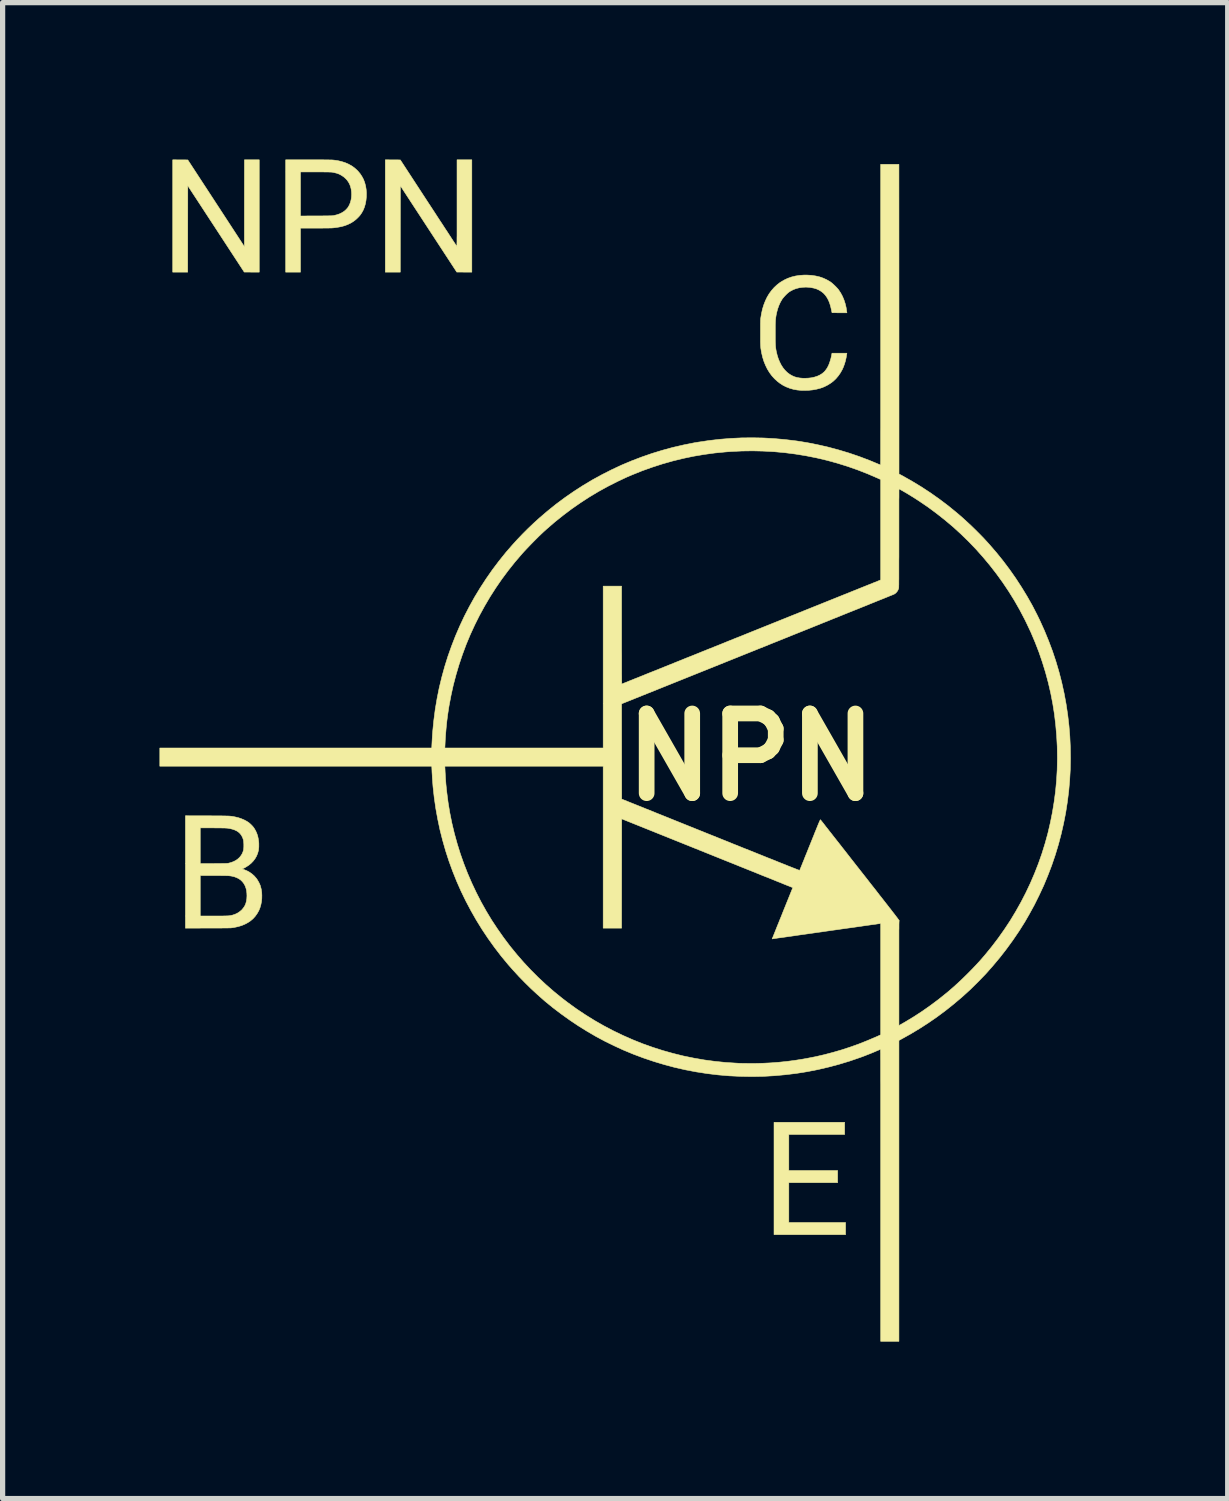
<source format=kicad_pcb>
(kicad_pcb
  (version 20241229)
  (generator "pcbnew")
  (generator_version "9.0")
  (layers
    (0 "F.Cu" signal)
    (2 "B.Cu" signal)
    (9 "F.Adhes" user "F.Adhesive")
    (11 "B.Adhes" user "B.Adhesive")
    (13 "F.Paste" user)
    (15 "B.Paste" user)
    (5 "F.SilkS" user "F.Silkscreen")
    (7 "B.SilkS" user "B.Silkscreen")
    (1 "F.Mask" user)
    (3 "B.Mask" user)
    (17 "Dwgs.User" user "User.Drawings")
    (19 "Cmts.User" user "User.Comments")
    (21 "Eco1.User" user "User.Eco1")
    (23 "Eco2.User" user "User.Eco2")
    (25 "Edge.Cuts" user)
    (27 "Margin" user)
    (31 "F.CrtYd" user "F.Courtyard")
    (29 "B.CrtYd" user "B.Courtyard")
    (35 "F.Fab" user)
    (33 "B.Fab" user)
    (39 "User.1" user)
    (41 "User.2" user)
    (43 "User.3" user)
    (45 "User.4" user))
  (footprint "NPN"
    (layer "F.Cu")
    (at 11.308 11.424)
    (property "Reference" "NPN" (at 0 0 0) (layer "F.SilkS") (effects (font (size 1.524 1.524) (thickness 0.3))))
    (attr through_hole)
    (fp_poly (pts (xy 1.789 7.214) (xy 0.722 7.214) (xy 0.722 7.903) (xy 1.655 7.903) (xy 1.655 8.135) (xy 0.722 8.135) (xy 0.722 8.897) (xy 1.807 8.897) (xy 1.807 9.129) (xy 0.439 9.129) (xy 0.439 6.981) (xy 1.789 6.981) (xy 1.789 7.214)) (stroke (width 0.01) (type solid)) (fill yes) (layer "F.SilkS"))
    (fp_poly (pts (xy -10.768 -11.417) (xy -9.686 -9.759) (xy -9.686 -10.589) (xy -9.685 -11.419) (xy -9.402 -11.419) (xy -9.402 -9.271) (xy -9.689 -9.273) (xy -10.228 -10.098) (xy -10.768 -10.924) (xy -10.769 -10.097) (xy -10.77 -9.271) (xy -11.056 -9.271) (xy -11.056 -11.419) (xy -10.768 -11.417)) (stroke (width 0.01) (type solid)) (fill yes) (layer "F.SilkS"))
    (fp_poly (pts (xy -6.849 -11.418) (xy -6.705 -11.417) (xy -6.167 -10.592) (xy -6.121 -10.522) (xy -6.076 -10.453) (xy -6.032 -10.386) (xy -5.99 -10.321) (xy -5.949 -10.258) (xy -5.909 -10.198) (xy -5.872 -10.141) (xy -5.837 -10.087) (xy -5.803 -10.036) (xy -5.772 -9.988) (xy -5.744 -9.945) (xy -5.718 -9.905) (xy -5.695 -9.87) (xy -5.675 -9.84) (xy -5.658 -9.814) (xy -5.644 -9.793) (xy -5.634 -9.777) (xy -5.627 -9.768) (xy -5.625 -9.763) (xy -5.625 -9.763) (xy -5.624 -9.765) (xy -5.624 -9.772) (xy -5.623 -9.784) (xy -5.623 -9.802) (xy -5.623 -9.824) (xy -5.622 -9.853) (xy -5.622 -9.886) (xy -5.622 -9.926) (xy -5.621 -9.972) (xy -5.621 -10.024) (xy -5.621 -10.082) (xy -5.621 -10.146) (xy -5.621 -10.217) (xy -5.621 -10.295) (xy -5.621 -10.379) (xy -5.621 -10.471) (xy -5.621 -10.569) (xy -5.621 -11.419) (xy -5.338 -11.419) (xy -5.338 -9.271) (xy -5.626 -9.273) (xy -6.165 -10.098) (xy -6.704 -10.923) (xy -6.705 -10.097) (xy -6.706 -9.271) (xy -6.992 -9.271) (xy -6.992 -11.419) (xy -6.849 -11.418)) (stroke (width 0.01) (type solid)) (fill yes) (layer "F.SilkS"))
    (fp_poly (pts (xy -8.463 -11.419) (xy -8.395 -11.419) (xy -8.333 -11.419) (xy -8.278 -11.419) (xy -8.229 -11.419) (xy -8.186 -11.419) (xy -8.148 -11.418) (xy -8.115 -11.418) (xy -8.086 -11.418) (xy -8.062 -11.417) (xy -8.041 -11.417) (xy -8.023 -11.416) (xy -8.008 -11.416) (xy -7.996 -11.415) (xy -7.986 -11.414) (xy -7.979 -11.414) (xy -7.901 -11.403) (xy -7.829 -11.386) (xy -7.762 -11.365) (xy -7.699 -11.338) (xy -7.64 -11.306) (xy -7.586 -11.268) (xy -7.536 -11.224) (xy -7.515 -11.203) (xy -7.474 -11.154) (xy -7.439 -11.101) (xy -7.409 -11.045) (xy -7.386 -10.984) (xy -7.369 -10.921) (xy -7.358 -10.854) (xy -7.353 -10.785) (xy -7.354 -10.713) (xy -7.361 -10.643) (xy -7.373 -10.577) (xy -7.391 -10.515) (xy -7.414 -10.458) (xy -7.443 -10.405) (xy -7.478 -10.355) (xy -7.511 -10.319) (xy -7.555 -10.277) (xy -7.602 -10.241) (xy -7.654 -10.209) (xy -7.71 -10.182) (xy -7.771 -10.159) (xy -7.837 -10.141) (xy -7.909 -10.128) (xy -7.986 -10.118) (xy -7.999 -10.117) (xy -8.011 -10.116) (xy -8.029 -10.115) (xy -8.053 -10.115) (xy -8.082 -10.114) (xy -8.117 -10.114) (xy -8.156 -10.114) (xy -8.199 -10.113) (xy -8.245 -10.113) (xy -8.293 -10.113) (xy -8.328 -10.113) (xy -8.614 -10.113) (xy -8.614 -9.271) (xy -8.897 -9.271) (xy -8.897 -10.345) (xy -8.614 -10.345) (xy -8.314 -10.346) (xy -8.259 -10.346) (xy -8.211 -10.346) (xy -8.169 -10.347) (xy -8.133 -10.347) (xy -8.102 -10.347) (xy -8.076 -10.348) (xy -8.054 -10.348) (xy -8.036 -10.349) (xy -8.021 -10.349) (xy -8.009 -10.35) (xy -7.999 -10.351) (xy -7.991 -10.352) (xy -7.984 -10.353) (xy -7.981 -10.353) (xy -7.922 -10.367) (xy -7.868 -10.385) (xy -7.821 -10.408) (xy -7.778 -10.435) (xy -7.742 -10.467) (xy -7.71 -10.503) (xy -7.7 -10.518) (xy -7.678 -10.558) (xy -7.66 -10.603) (xy -7.647 -10.652) (xy -7.639 -10.703) (xy -7.636 -10.756) (xy -7.638 -10.805) (xy -7.645 -10.859) (xy -7.657 -10.908) (xy -7.674 -10.952) (xy -7.696 -10.993) (xy -7.723 -11.031) (xy -7.749 -11.059) (xy -7.786 -11.092) (xy -7.827 -11.12) (xy -7.871 -11.144) (xy -7.919 -11.162) (xy -7.973 -11.175) (xy -8.007 -11.182) (xy -8.015 -11.183) (xy -8.025 -11.183) (xy -8.037 -11.184) (xy -8.052 -11.185) (xy -8.07 -11.185) (xy -8.092 -11.186) (xy -8.119 -11.186) (xy -8.15 -11.186) (xy -8.186 -11.187) (xy -8.228 -11.187) (xy -8.277 -11.187) (xy -8.328 -11.187) (xy -8.614 -11.187) (xy -8.614 -10.345) (xy -8.897 -10.345) (xy -8.897 -11.419) (xy -8.463 -11.419)) (stroke (width 0.01) (type solid)) (fill yes) (layer "F.SilkS"))
    (fp_poly (pts (xy 1.078 -9.215) (xy 1.159 -9.21) (xy 1.237 -9.198) (xy 1.31 -9.181) (xy 1.379 -9.157) (xy 1.443 -9.128) (xy 1.504 -9.093) (xy 1.524 -9.08) (xy 1.544 -9.064) (xy 1.566 -9.045) (xy 1.591 -9.022) (xy 1.615 -8.999) (xy 1.638 -8.975) (xy 1.659 -8.952) (xy 1.675 -8.932) (xy 1.676 -8.93) (xy 1.714 -8.872) (xy 1.748 -8.809) (xy 1.776 -8.742) (xy 1.799 -8.672) (xy 1.817 -8.598) (xy 1.825 -8.547) (xy 1.827 -8.532) (xy 1.829 -8.517) (xy 1.831 -8.507) (xy 1.831 -8.506) (xy 1.833 -8.494) (xy 1.548 -8.495) (xy 1.536 -8.553) (xy 1.52 -8.621) (xy 1.501 -8.683) (xy 1.478 -8.738) (xy 1.451 -8.787) (xy 1.42 -8.831) (xy 1.385 -8.869) (xy 1.345 -8.901) (xy 1.301 -8.928) (xy 1.253 -8.95) (xy 1.2 -8.966) (xy 1.142 -8.977) (xy 1.117 -8.981) (xy 1.05 -8.985) (xy 0.985 -8.982) (xy 0.923 -8.973) (xy 0.863 -8.958) (xy 0.807 -8.937) (xy 0.754 -8.909) (xy 0.733 -8.896) (xy 0.714 -8.882) (xy 0.692 -8.863) (xy 0.668 -8.84) (xy 0.645 -8.816) (xy 0.624 -8.792) (xy 0.605 -8.769) (xy 0.594 -8.754) (xy 0.561 -8.698) (xy 0.533 -8.636) (xy 0.509 -8.57) (xy 0.49 -8.499) (xy 0.479 -8.445) (xy 0.476 -8.425) (xy 0.473 -8.406) (xy 0.471 -8.388) (xy 0.469 -8.37) (xy 0.467 -8.351) (xy 0.466 -8.33) (xy 0.465 -8.308) (xy 0.464 -8.282) (xy 0.463 -8.253) (xy 0.463 -8.219) (xy 0.463 -8.18) (xy 0.463 -8.135) (xy 0.463 -8.108) (xy 0.463 -8.058) (xy 0.463 -8.014) (xy 0.463 -7.976) (xy 0.464 -7.942) (xy 0.465 -7.913) (xy 0.466 -7.888) (xy 0.467 -7.865) (xy 0.469 -7.844) (xy 0.471 -7.824) (xy 0.474 -7.805) (xy 0.477 -7.785) (xy 0.481 -7.764) (xy 0.484 -7.749) (xy 0.501 -7.679) (xy 0.522 -7.613) (xy 0.548 -7.552) (xy 0.577 -7.495) (xy 0.61 -7.444) (xy 0.647 -7.398) (xy 0.687 -7.358) (xy 0.7 -7.347) (xy 0.742 -7.316) (xy 0.786 -7.291) (xy 0.831 -7.271) (xy 0.88 -7.257) (xy 0.932 -7.248) (xy 0.988 -7.243) (xy 1.023 -7.242) (xy 1.092 -7.245) (xy 1.155 -7.252) (xy 1.213 -7.265) (xy 1.266 -7.282) (xy 1.314 -7.304) (xy 1.358 -7.331) (xy 1.395 -7.362) (xy 1.407 -7.374) (xy 1.421 -7.391) (xy 1.436 -7.411) (xy 1.45 -7.431) (xy 1.462 -7.45) (xy 1.464 -7.455) (xy 1.482 -7.49) (xy 1.498 -7.531) (xy 1.513 -7.576) (xy 1.527 -7.624) (xy 1.538 -7.673) (xy 1.539 -7.677) (xy 1.547 -7.722) (xy 1.832 -7.722) (xy 1.83 -7.708) (xy 1.818 -7.636) (xy 1.803 -7.57) (xy 1.784 -7.508) (xy 1.762 -7.45) (xy 1.742 -7.406) (xy 1.706 -7.343) (xy 1.666 -7.286) (xy 1.621 -7.233) (xy 1.571 -7.186) (xy 1.516 -7.145) (xy 1.457 -7.109) (xy 1.394 -7.078) (xy 1.326 -7.053) (xy 1.253 -7.034) (xy 1.177 -7.02) (xy 1.096 -7.012) (xy 1.012 -7.01) (xy 0.96 -7.011) (xy 0.885 -7.018) (xy 0.812 -7.031) (xy 0.741 -7.051) (xy 0.674 -7.077) (xy 0.61 -7.109) (xy 0.55 -7.148) (xy 0.506 -7.182) (xy 0.45 -7.233) (xy 0.399 -7.289) (xy 0.353 -7.351) (xy 0.312 -7.418) (xy 0.277 -7.489) (xy 0.246 -7.565) (xy 0.221 -7.645) (xy 0.203 -7.722) (xy 0.199 -7.744) (xy 0.195 -7.765) (xy 0.192 -7.784) (xy 0.189 -7.802) (xy 0.186 -7.821) (xy 0.185 -7.84) (xy 0.183 -7.861) (xy 0.182 -7.884) (xy 0.181 -7.91) (xy 0.18 -7.939) (xy 0.18 -7.973) (xy 0.18 -8.011) (xy 0.18 -8.056) (xy 0.18 -8.107) (xy 0.18 -8.112) (xy 0.18 -8.165) (xy 0.18 -8.211) (xy 0.18 -8.251) (xy 0.18 -8.285) (xy 0.181 -8.314) (xy 0.181 -8.338) (xy 0.182 -8.357) (xy 0.183 -8.372) (xy 0.184 -8.384) (xy 0.184 -8.386) (xy 0.199 -8.477) (xy 0.218 -8.564) (xy 0.243 -8.645) (xy 0.273 -8.722) (xy 0.307 -8.793) (xy 0.347 -8.86) (xy 0.392 -8.921) (xy 0.441 -8.977) (xy 0.496 -9.028) (xy 0.555 -9.074) (xy 0.57 -9.083) (xy 0.634 -9.121) (xy 0.701 -9.153) (xy 0.772 -9.178) (xy 0.847 -9.197) (xy 0.924 -9.209) (xy 1.005 -9.215) (xy 1.078 -9.215)) (stroke (width 0.01) (type solid)) (fill yes) (layer "F.SilkS"))
    (fp_poly (pts (xy -10.399 1.122) (xy -10.333 1.122) (xy -10.275 1.123) (xy -10.222 1.123) (xy -10.176 1.123) (xy -10.135 1.123) (xy -10.099 1.124) (xy -10.067 1.124) (xy -10.04 1.125) (xy -10.015 1.125) (xy -9.994 1.126) (xy -9.976 1.127) (xy -9.959 1.128) (xy -9.945 1.13) (xy -9.931 1.131) (xy -9.919 1.133) (xy -9.906 1.135) (xy -9.893 1.137) (xy -9.88 1.14) (xy -9.865 1.143) (xy -9.855 1.145) (xy -9.798 1.159) (xy -9.743 1.178) (xy -9.691 1.2) (xy -9.644 1.225) (xy -9.617 1.242) (xy -9.596 1.257) (xy -9.573 1.277) (xy -9.55 1.299) (xy -9.529 1.321) (xy -9.511 1.343) (xy -9.501 1.357) (xy -9.473 1.404) (xy -9.45 1.454) (xy -9.432 1.506) (xy -9.42 1.563) (xy -9.412 1.62) (xy -9.41 1.651) (xy -9.41 1.684) (xy -9.41 1.718) (xy -9.413 1.749) (xy -9.416 1.777) (xy -9.418 1.787) (xy -9.433 1.841) (xy -9.454 1.892) (xy -9.482 1.941) (xy -9.516 1.986) (xy -9.556 2.028) (xy -9.602 2.066) (xy -9.653 2.099) (xy -9.682 2.116) (xy -9.726 2.138) (xy -9.696 2.149) (xy -9.641 2.171) (xy -9.589 2.199) (xy -9.541 2.233) (xy -9.497 2.272) (xy -9.459 2.316) (xy -9.454 2.322) (xy -9.439 2.344) (xy -9.423 2.371) (xy -9.407 2.4) (xy -9.393 2.429) (xy -9.382 2.456) (xy -9.379 2.468) (xy -9.364 2.523) (xy -9.355 2.581) (xy -9.352 2.641) (xy -9.353 2.702) (xy -9.359 2.763) (xy -9.371 2.822) (xy -9.387 2.878) (xy -9.408 2.93) (xy -9.413 2.94) (xy -9.444 2.994) (xy -9.48 3.044) (xy -9.521 3.089) (xy -9.568 3.129) (xy -9.62 3.164) (xy -9.677 3.194) (xy -9.739 3.22) (xy -9.807 3.24) (xy -9.88 3.256) (xy -9.898 3.259) (xy -9.906 3.26) (xy -9.913 3.261) (xy -9.92 3.262) (xy -9.928 3.263) (xy -9.937 3.264) (xy -9.947 3.265) (xy -9.96 3.265) (xy -9.974 3.266) (xy -9.991 3.266) (xy -10.011 3.267) (xy -10.035 3.267) (xy -10.063 3.267) (xy -10.095 3.267) (xy -10.132 3.268) (xy -10.174 3.268) (xy -10.222 3.268) (xy -10.276 3.268) (xy -10.337 3.268) (xy -10.38 3.268) (xy -10.813 3.27) (xy -10.813 2.264) (xy -10.53 2.264) (xy -10.53 3.037) (xy -10.268 3.037) (xy -10.216 3.037) (xy -10.17 3.037) (xy -10.131 3.037) (xy -10.097 3.037) (xy -10.068 3.036) (xy -10.044 3.036) (xy -10.024 3.035) (xy -10.008 3.035) (xy -9.994 3.034) (xy -9.983 3.033) (xy -9.974 3.032) (xy -9.97 3.032) (xy -9.915 3.021) (xy -9.866 3.005) (xy -9.821 2.984) (xy -9.781 2.958) (xy -9.743 2.927) (xy -9.731 2.915) (xy -9.702 2.879) (xy -9.678 2.842) (xy -9.66 2.801) (xy -9.648 2.757) (xy -9.64 2.708) (xy -9.637 2.654) (xy -9.637 2.652) (xy -9.639 2.601) (xy -9.644 2.556) (xy -9.653 2.515) (xy -9.666 2.477) (xy -9.674 2.457) (xy -9.697 2.416) (xy -9.724 2.381) (xy -9.756 2.35) (xy -9.793 2.324) (xy -9.835 2.303) (xy -9.882 2.286) (xy -9.935 2.274) (xy -9.963 2.27) (xy -9.973 2.269) (xy -9.984 2.268) (xy -9.998 2.267) (xy -10.014 2.266) (xy -10.033 2.266) (xy -10.057 2.265) (xy -10.085 2.265) (xy -10.118 2.265) (xy -10.156 2.264) (xy -10.2 2.264) (xy -10.251 2.264) (xy -10.267 2.264) (xy -10.53 2.264) (xy -10.813 2.264) (xy -10.813 1.353) (xy -10.53 1.353) (xy -10.53 2.036) (xy -10.272 2.035) (xy -10.221 2.034) (xy -10.178 2.034) (xy -10.14 2.034) (xy -10.108 2.033) (xy -10.082 2.033) (xy -10.059 2.033) (xy -10.041 2.032) (xy -10.026 2.032) (xy -10.014 2.031) (xy -10.005 2.03) (xy -9.997 2.029) (xy -9.991 2.028) (xy -9.986 2.027) (xy -9.936 2.013) (xy -9.893 1.997) (xy -9.854 1.977) (xy -9.819 1.954) (xy -9.787 1.925) (xy -9.775 1.913) (xy -9.751 1.883) (xy -9.731 1.851) (xy -9.715 1.815) (xy -9.704 1.781) (xy -9.701 1.765) (xy -9.699 1.744) (xy -9.697 1.718) (xy -9.697 1.69) (xy -9.697 1.662) (xy -9.699 1.635) (xy -9.701 1.61) (xy -9.704 1.589) (xy -9.706 1.58) (xy -9.72 1.538) (xy -9.74 1.5) (xy -9.764 1.466) (xy -9.794 1.437) (xy -9.829 1.413) (xy -9.87 1.393) (xy -9.917 1.377) (xy -9.969 1.365) (xy -10.019 1.357) (xy -10.03 1.357) (xy -10.048 1.356) (xy -10.072 1.355) (xy -10.102 1.355) (xy -10.137 1.354) (xy -10.177 1.354) (xy -10.22 1.354) (xy -10.268 1.353) (xy -10.292 1.353) (xy -10.53 1.353) (xy -10.813 1.353) (xy -10.813 1.121) (xy -10.399 1.122)) (stroke (width 0.01) (type solid)) (fill yes) (layer "F.SilkS"))
    (fp_poly (pts (xy 2.828 -8.373) (xy 2.828 -5.413) (xy 2.896 -5.377) (xy 3.078 -5.274) (xy 3.256 -5.166) (xy 3.43 -5.052) (xy 3.6 -4.932) (xy 3.767 -4.806) (xy 3.93 -4.673) (xy 3.968 -4.641) (xy 4.046 -4.573) (xy 4.126 -4.5) (xy 4.208 -4.424) (xy 4.289 -4.345) (xy 4.368 -4.266) (xy 4.445 -4.187) (xy 4.517 -4.109) (xy 4.559 -4.062) (xy 4.693 -3.907) (xy 4.821 -3.748) (xy 4.944 -3.584) (xy 5.062 -3.416) (xy 5.173 -3.245) (xy 5.279 -3.071) (xy 5.379 -2.894) (xy 5.471 -2.715) (xy 5.522 -2.61) (xy 5.609 -2.417) (xy 5.689 -2.222) (xy 5.763 -2.025) (xy 5.829 -1.826) (xy 5.888 -1.626) (xy 5.94 -1.423) (xy 5.985 -1.219) (xy 6.023 -1.013) (xy 6.054 -0.806) (xy 6.078 -0.597) (xy 6.094 -0.399) (xy 6.104 -0.188) (xy 6.107 0.023) (xy 6.103 0.233) (xy 6.091 0.442) (xy 6.073 0.65) (xy 6.047 0.857) (xy 6.015 1.062) (xy 5.975 1.267) (xy 5.929 1.469) (xy 5.876 1.67) (xy 5.816 1.869) (xy 5.749 2.066) (xy 5.675 2.26) (xy 5.595 2.453) (xy 5.507 2.642) (xy 5.414 2.829) (xy 5.313 3.013) (xy 5.234 3.15) (xy 5.124 3.325) (xy 5.007 3.497) (xy 4.885 3.665) (xy 4.757 3.83) (xy 4.623 3.99) (xy 4.485 4.146) (xy 4.34 4.296) (xy 4.192 4.442) (xy 4.038 4.582) (xy 4.022 4.596) (xy 3.869 4.725) (xy 3.712 4.85) (xy 3.55 4.97) (xy 3.385 5.084) (xy 3.217 5.192) (xy 3.047 5.294) (xy 2.884 5.385) (xy 2.827 5.416) (xy 2.827 11.169) (xy 2.478 11.169) (xy 2.478 8.376) (xy 2.478 8.2) (xy 2.478 8.03) (xy 2.478 7.868) (xy 2.478 7.712) (xy 2.478 7.564) (xy 2.478 7.422) (xy 2.478 7.286) (xy 2.478 7.157) (xy 2.478 7.034) (xy 2.478 6.917) (xy 2.478 6.805) (xy 2.478 6.7) (xy 2.478 6.601) (xy 2.478 6.507) (xy 2.478 6.418) (xy 2.478 6.335) (xy 2.478 6.257) (xy 2.477 6.184) (xy 2.477 6.116) (xy 2.477 6.053) (xy 2.477 5.994) (xy 2.477 5.94) (xy 2.477 5.891) (xy 2.477 5.845) (xy 2.477 5.804) (xy 2.476 5.767) (xy 2.476 5.734) (xy 2.476 5.704) (xy 2.476 5.678) (xy 2.476 5.656) (xy 2.475 5.637) (xy 2.475 5.621) (xy 2.475 5.608) (xy 2.475 5.598) (xy 2.474 5.591) (xy 2.474 5.587) (xy 2.474 5.586) (xy 2.474 5.586) (xy 2.469 5.588) (xy 2.459 5.592) (xy 2.444 5.598) (xy 2.427 5.606) (xy 2.409 5.613) (xy 2.37 5.63) (xy 2.325 5.649) (xy 2.276 5.669) (xy 2.226 5.688) (xy 2.177 5.708) (xy 2.129 5.726) (xy 2.085 5.742) (xy 2.085 5.742) (xy 1.884 5.811) (xy 1.683 5.872) (xy 1.48 5.926) (xy 1.275 5.974) (xy 1.069 6.014) (xy 0.862 6.047) (xy 0.654 6.072) (xy 0.445 6.091) (xy 0.234 6.103) (xy 0.023 6.107) (xy 0.004 6.107) (xy -0.208 6.103) (xy -0.419 6.093) (xy -0.629 6.075) (xy -0.838 6.05) (xy -1.044 6.018) (xy -1.25 5.979) (xy -1.454 5.933) (xy -1.656 5.879) (xy -1.856 5.819) (xy -2.055 5.752) (xy -2.252 5.678) (xy -2.447 5.597) (xy -2.61 5.522) (xy -2.786 5.436) (xy -2.96 5.343) (xy -3.132 5.243) (xy -3.301 5.138) (xy -3.468 5.026) (xy -3.63 4.91) (xy -3.788 4.79) (xy -3.941 4.665) (xy -3.965 4.644) (xy -4.086 4.537) (xy -4.207 4.425) (xy -4.325 4.309) (xy -4.44 4.191) (xy -4.55 4.071) (xy -4.641 3.968) (xy -4.776 3.805) (xy -4.904 3.638) (xy -5.026 3.468) (xy -5.142 3.294) (xy -5.252 3.116) (xy -5.355 2.935) (xy -5.452 2.752) (xy -5.543 2.565) (xy -5.627 2.375) (xy -5.704 2.183) (xy -5.775 1.988) (xy -5.839 1.791) (xy -5.896 1.591) (xy -5.947 1.39) (xy -5.99 1.186) (xy -6.027 0.981) (xy -6.057 0.773) (xy -6.08 0.565) (xy -6.09 0.432) (xy -6.092 0.408) (xy -6.094 0.38) (xy -6.095 0.351) (xy -6.097 0.321) (xy -6.099 0.291) (xy -6.1 0.262) (xy -6.101 0.237) (xy -6.102 0.214) (xy -6.103 0.197) (xy -6.103 0.186) (xy -6.103 0.186) (xy -6.103 0.174) (xy -5.854 0.174) (xy -5.851 0.222) (xy -5.848 0.29) (xy -5.844 0.352) (xy -5.841 0.409) (xy -5.837 0.463) (xy -5.833 0.515) (xy -5.828 0.565) (xy -5.823 0.616) (xy -5.818 0.66) (xy -5.792 0.863) (xy -5.759 1.064) (xy -5.719 1.263) (xy -5.672 1.459) (xy -5.618 1.654) (xy -5.558 1.847) (xy -5.491 2.037) (xy -5.418 2.224) (xy -5.338 2.409) (xy -5.252 2.591) (xy -5.16 2.77) (xy -5.062 2.945) (xy -4.958 3.117) (xy -4.847 3.285) (xy -4.731 3.45) (xy -4.61 3.611) (xy -4.482 3.768) (xy -4.35 3.92) (xy -4.211 4.069) (xy -4.068 4.212) (xy -3.919 4.351) (xy -3.764 4.486) (xy -3.605 4.615) (xy -3.5 4.695) (xy -3.333 4.816) (xy -3.163 4.929) (xy -2.989 5.037) (xy -2.812 5.138) (xy -2.631 5.233) (xy -2.448 5.321) (xy -2.262 5.403) (xy -2.073 5.479) (xy -1.882 5.547) (xy -1.688 5.609) (xy -1.492 5.664) (xy -1.295 5.713) (xy -1.095 5.754) (xy -0.894 5.789) (xy -0.691 5.816) (xy -0.487 5.837) (xy -0.282 5.85) (xy -0.229 5.853) (xy -0.194 5.854) (xy -0.153 5.855) (xy -0.109 5.855) (xy -0.061 5.856) (xy -0.013 5.856) (xy 0.036 5.856) (xy 0.083 5.856) (xy 0.128 5.855) (xy 0.168 5.854) (xy 0.203 5.853) (xy 0.214 5.853) (xy 0.376 5.845) (xy 0.534 5.833) (xy 0.688 5.817) (xy 0.84 5.797) (xy 0.991 5.773) (xy 1.054 5.762) (xy 1.228 5.728) (xy 1.398 5.689) (xy 1.565 5.645) (xy 1.731 5.597) (xy 1.896 5.543) (xy 2.061 5.484) (xy 2.227 5.418) (xy 2.394 5.347) (xy 2.454 5.32) (xy 2.478 5.309) (xy 2.478 3.18) (xy 2.47 3.181) (xy 2.466 3.182) (xy 2.455 3.183) (xy 2.437 3.186) (xy 2.413 3.189) (xy 2.383 3.194) (xy 2.347 3.199) (xy 2.306 3.204) (xy 2.259 3.211) (xy 2.208 3.218) (xy 2.152 3.226) (xy 2.092 3.235) (xy 2.028 3.244) (xy 1.96 3.254) (xy 1.888 3.264) (xy 1.814 3.274) (xy 1.736 3.285) (xy 1.656 3.297) (xy 1.574 3.308) (xy 1.49 3.32) (xy 1.441 3.327) (xy 1.355 3.34) (xy 1.272 3.351) (xy 1.19 3.363) (xy 1.112 3.374) (xy 1.035 3.385) (xy 0.962 3.395) (xy 0.892 3.405) (xy 0.826 3.415) (xy 0.763 3.424) (xy 0.705 3.432) (xy 0.651 3.44) (xy 0.602 3.447) (xy 0.557 3.453) (xy 0.518 3.458) (xy 0.485 3.463) (xy 0.457 3.467) (xy 0.436 3.47) (xy 0.421 3.472) (xy 0.413 3.474) (xy 0.411 3.474) (xy 0.403 3.475) (xy 0.41 3.458) (xy 0.412 3.453) (xy 0.417 3.441) (xy 0.424 3.424) (xy 0.433 3.401) (xy 0.445 3.372) (xy 0.458 3.339) (xy 0.473 3.302) (xy 0.489 3.261) (xy 0.507 3.216) (xy 0.527 3.168) (xy 0.547 3.117) (xy 0.569 3.064) (xy 0.591 3.009) (xy 0.607 2.968) (xy 0.798 2.495) (xy 0.784 2.489) (xy 0.78 2.488) (xy 0.769 2.483) (xy 0.752 2.477) (xy 0.729 2.467) (xy 0.7 2.456) (xy 0.665 2.442) (xy 0.625 2.426) (xy 0.58 2.407) (xy 0.529 2.387) (xy 0.474 2.365) (xy 0.414 2.34) (xy 0.349 2.314) (xy 0.28 2.287) (xy 0.207 2.258) (xy 0.131 2.227) (xy 0.05 2.194) (xy -0.033 2.161) (xy -0.12 2.126) (xy -0.21 2.09) (xy -0.303 2.052) (xy -0.398 2.014) (xy -0.496 1.975) (xy -0.595 1.935) (xy -0.697 1.894) (xy -0.801 1.852) (xy -0.851 1.832) (xy -2.473 1.18) (xy -2.474 2.225) (xy -2.475 3.269) (xy -2.827 3.269) (xy -2.827 0.174) (xy -5.854 0.174) (xy -6.103 0.174) (xy -11.303 0.174) (xy -11.303 -0.174) (xy -6.104 -0.174) (xy -5.854 -0.174) (xy -2.827 -0.174) (xy -2.827 -1.019) (xy -2.475 -1.019) (xy -2.474 -0.108) (xy -2.473 0.802) (xy -0.773 1.486) (xy -0.66 1.531) (xy -0.549 1.576) (xy -0.441 1.619) (xy -0.336 1.662) (xy -0.233 1.703) (xy -0.134 1.743) (xy -0.038 1.781) (xy 0.055 1.818) (xy 0.144 1.854) (xy 0.229 1.888) (xy 0.31 1.921) (xy 0.387 1.951) (xy 0.46 1.98) (xy 0.528 2.008) (xy 0.591 2.033) (xy 0.65 2.056) (xy 0.703 2.078) (xy 0.752 2.097) (xy 0.794 2.114) (xy 0.832 2.128) (xy 0.863 2.141) (xy 0.889 2.151) (xy 0.908 2.158) (xy 0.921 2.163) (xy 0.928 2.166) (xy 0.929 2.166) (xy 0.931 2.162) (xy 0.935 2.152) (xy 0.941 2.136) (xy 0.95 2.115) (xy 0.961 2.088) (xy 0.974 2.056) (xy 0.988 2.02) (xy 1.005 1.98) (xy 1.022 1.936) (xy 1.041 1.888) (xy 1.062 1.838) (xy 1.083 1.785) (xy 1.105 1.73) (xy 1.127 1.676) (xy 1.154 1.609) (xy 1.178 1.549) (xy 1.2 1.495) (xy 1.219 1.446) (xy 1.237 1.403) (xy 1.252 1.365) (xy 1.266 1.332) (xy 1.277 1.304) (xy 1.287 1.279) (xy 1.296 1.259) (xy 1.303 1.242) (xy 1.309 1.228) (xy 1.314 1.218) (xy 1.318 1.21) (xy 1.321 1.204) (xy 1.323 1.2) (xy 1.325 1.198) (xy 1.326 1.197) (xy 1.327 1.197) (xy 1.328 1.198) (xy 1.329 1.198) (xy 1.331 1.202) (xy 1.338 1.211) (xy 1.349 1.225) (xy 1.365 1.244) (xy 1.384 1.268) (xy 1.406 1.297) (xy 1.432 1.331) (xy 1.462 1.368) (xy 1.494 1.41) (xy 1.53 1.455) (xy 1.568 1.504) (xy 1.609 1.556) (xy 1.653 1.612) (xy 1.699 1.67) (xy 1.747 1.732) (xy 1.797 1.795) (xy 1.849 1.862) (xy 1.902 1.93) (xy 1.957 2) (xy 2.013 2.072) (xy 2.071 2.145) (xy 2.087 2.166) (xy 2.158 2.256) (xy 2.224 2.34) (xy 2.285 2.419) (xy 2.343 2.492) (xy 2.397 2.561) (xy 2.446 2.625) (xy 2.493 2.684) (xy 2.535 2.738) (xy 2.574 2.788) (xy 2.61 2.834) (xy 2.642 2.876) (xy 2.672 2.913) (xy 2.698 2.948) (xy 2.722 2.978) (xy 2.743 3.005) (xy 2.761 3.029) (xy 2.777 3.05) (xy 2.791 3.068) (xy 2.803 3.084) (xy 2.812 3.097) (xy 2.82 3.107) (xy 2.825 3.115) (xy 2.83 3.121) (xy 2.832 3.125) (xy 2.833 3.128) (xy 2.833 3.129) (xy 2.833 3.129) (xy 2.832 3.13) (xy 2.831 3.132) (xy 2.831 3.135) (xy 2.83 3.139) (xy 2.83 3.144) (xy 2.829 3.152) (xy 2.829 3.161) (xy 2.829 3.173) (xy 2.828 3.188) (xy 2.828 3.205) (xy 2.828 3.225) (xy 2.828 3.248) (xy 2.828 3.276) (xy 2.827 3.306) (xy 2.827 3.341) (xy 2.827 3.381) (xy 2.827 3.425) (xy 2.827 3.473) (xy 2.827 3.527) (xy 2.827 3.586) (xy 2.827 3.651) (xy 2.827 3.721) (xy 2.827 3.798) (xy 2.827 3.881) (xy 2.827 3.97) (xy 2.827 4.067) (xy 2.827 5.131) (xy 2.851 5.118) (xy 2.861 5.112) (xy 2.877 5.103) (xy 2.896 5.092) (xy 2.917 5.08) (xy 2.94 5.067) (xy 2.95 5.061) (xy 3.112 4.963) (xy 3.273 4.858) (xy 3.431 4.747) (xy 3.586 4.631) (xy 3.738 4.509) (xy 3.786 4.469) (xy 3.87 4.396) (xy 3.956 4.318) (xy 4.043 4.236) (xy 4.13 4.151) (xy 4.216 4.064) (xy 4.299 3.977) (xy 4.378 3.891) (xy 4.452 3.806) (xy 4.469 3.786) (xy 4.599 3.627) (xy 4.724 3.463) (xy 4.842 3.296) (xy 4.955 3.125) (xy 5.06 2.951) (xy 5.16 2.773) (xy 5.253 2.593) (xy 5.34 2.409) (xy 5.42 2.223) (xy 5.494 2.034) (xy 5.561 1.843) (xy 5.621 1.65) (xy 5.675 1.454) (xy 5.721 1.256) (xy 5.761 1.057) (xy 5.794 0.856) (xy 5.821 0.653) (xy 5.84 0.449) (xy 5.852 0.244) (xy 5.856 0.038) (xy 5.856 0.004) (xy 5.853 -0.204) (xy 5.842 -0.41) (xy 5.824 -0.615) (xy 5.8 -0.819) (xy 5.768 -1.021) (xy 5.729 -1.222) (xy 5.683 -1.421) (xy 5.63 -1.618) (xy 5.57 -1.813) (xy 5.504 -2.006) (xy 5.43 -2.197) (xy 5.35 -2.386) (xy 5.262 -2.572) (xy 5.232 -2.633) (xy 5.137 -2.814) (xy 5.035 -2.993) (xy 4.927 -3.167) (xy 4.813 -3.337) (xy 4.693 -3.503) (xy 4.568 -3.664) (xy 4.437 -3.821) (xy 4.301 -3.974) (xy 4.16 -4.121) (xy 4.013 -4.264) (xy 3.862 -4.402) (xy 3.705 -4.534) (xy 3.544 -4.661) (xy 3.379 -4.783) (xy 3.208 -4.899) (xy 3.101 -4.968) (xy 3.076 -4.983) (xy 3.049 -5) (xy 3.021 -5.017) (xy 2.993 -5.034) (xy 2.965 -5.051) (xy 2.937 -5.067) (xy 2.911 -5.082) (xy 2.888 -5.095) (xy 2.867 -5.107) (xy 2.85 -5.117) (xy 2.838 -5.123) (xy 2.83 -5.127) (xy 2.829 -5.127) (xy 2.829 -5.124) (xy 2.828 -5.113) (xy 2.828 -5.096) (xy 2.828 -5.072) (xy 2.828 -5.043) (xy 2.828 -5.007) (xy 2.828 -4.967) (xy 2.827 -4.921) (xy 2.827 -4.87) (xy 2.827 -4.815) (xy 2.827 -4.755) (xy 2.827 -4.692) (xy 2.827 -4.624) (xy 2.827 -4.554) (xy 2.827 -4.48) (xy 2.827 -4.404) (xy 2.827 -4.326) (xy 2.827 -4.245) (xy 2.827 -4.186) (xy 2.827 -4.087) (xy 2.827 -3.995) (xy 2.827 -3.909) (xy 2.827 -3.83) (xy 2.826 -3.757) (xy 2.826 -3.691) (xy 2.826 -3.629) (xy 2.826 -3.574) (xy 2.826 -3.523) (xy 2.826 -3.478) (xy 2.826 -3.437) (xy 2.826 -3.401) (xy 2.825 -3.369) (xy 2.825 -3.341) (xy 2.825 -3.317) (xy 2.825 -3.297) (xy 2.824 -3.279) (xy 2.824 -3.264) (xy 2.824 -3.253) (xy 2.823 -3.243) (xy 2.823 -3.236) (xy 2.822 -3.231) (xy 2.822 -3.227) (xy 2.821 -3.226) (xy 2.809 -3.193) (xy 2.791 -3.164) (xy 2.768 -3.138) (xy 2.74 -3.118) (xy 2.728 -3.112) (xy 2.723 -3.11) (xy 2.712 -3.106) (xy 2.694 -3.098) (xy 2.671 -3.089) (xy 2.641 -3.077) (xy 2.605 -3.062) (xy 2.563 -3.045) (xy 2.516 -3.026) (xy 2.463 -3.005) (xy 2.405 -2.982) (xy 2.342 -2.956) (xy 2.274 -2.929) (xy 2.202 -2.899) (xy 2.124 -2.868) (xy 2.043 -2.835) (xy 1.957 -2.801) (xy 1.867 -2.765) (xy 1.773 -2.727) (xy 1.675 -2.687) (xy 1.574 -2.647) (xy 1.469 -2.604) (xy 1.361 -2.561) (xy 1.25 -2.516) (xy 1.136 -2.47) (xy 1.019 -2.423) (xy 0.899 -2.375) (xy 0.777 -2.326) (xy 0.653 -2.276) (xy 0.527 -2.225) (xy 0.399 -2.174) (xy 0.269 -2.121) (xy 0.137 -2.069) (xy 0.113 -2.059) (xy -2.475 -1.019) (xy -2.827 -1.019) (xy -2.827 -3.269) (xy -2.475 -3.269) (xy -2.475 -2.333) (xy -2.475 -2.223) (xy -2.475 -2.12) (xy -2.475 -2.024) (xy -2.474 -1.934) (xy -2.474 -1.852) (xy -2.474 -1.775) (xy -2.474 -1.706) (xy -2.474 -1.644) (xy -2.474 -1.589) (xy -2.473 -1.54) (xy -2.473 -1.499) (xy -2.473 -1.464) (xy -2.472 -1.437) (xy -2.472 -1.417) (xy -2.472 -1.404) (xy -2.471 -1.398) (xy -2.471 -1.398) (xy -2.468 -1.399) (xy -2.457 -1.403) (xy -2.441 -1.41) (xy -2.418 -1.419) (xy -2.389 -1.43) (xy -2.355 -1.444) (xy -2.314 -1.461) (xy -2.268 -1.479) (xy -2.217 -1.5) (xy -2.16 -1.522) (xy -2.099 -1.547) (xy -2.032 -1.574) (xy -1.961 -1.603) (xy -1.885 -1.633) (xy -1.805 -1.665) (xy -1.72 -1.699) (xy -1.631 -1.735) (xy -1.539 -1.772) (xy -1.443 -1.811) (xy -1.343 -1.851) (xy -1.24 -1.893) (xy -1.133 -1.935) (xy -1.024 -1.979) (xy -0.911 -2.025) (xy -0.796 -2.071) (xy -0.678 -2.118) (xy -0.558 -2.166) (xy -0.436 -2.216) (xy -0.312 -2.266) (xy -0.185 -2.316) (xy -0.057 -2.368) (xy 0.005 -2.393) (xy 2.478 -3.387) (xy 2.478 -4.347) (xy 2.478 -5.307) (xy 2.419 -5.334) (xy 2.229 -5.416) (xy 2.037 -5.491) (xy 1.843 -5.559) (xy 1.647 -5.62) (xy 1.45 -5.674) (xy 1.251 -5.721) (xy 1.05 -5.761) (xy 0.848 -5.794) (xy 0.645 -5.82) (xy 0.441 -5.839) (xy 0.236 -5.85) (xy 0.03 -5.855) (xy -0.177 -5.852) (xy -0.385 -5.842) (xy -0.49 -5.834) (xy -0.694 -5.814) (xy -0.898 -5.786) (xy -1.099 -5.752) (xy -1.3 -5.71) (xy -1.499 -5.661) (xy -1.696 -5.605) (xy -1.891 -5.542) (xy -2.084 -5.473) (xy -2.275 -5.396) (xy -2.374 -5.354) (xy -2.557 -5.268) (xy -2.738 -5.176) (xy -2.916 -5.078) (xy -3.091 -4.973) (xy -3.262 -4.862) (xy -3.43 -4.745) (xy -3.593 -4.622) (xy -3.753 -4.494) (xy -3.908 -4.36) (xy -3.969 -4.305) (xy -4.01 -4.266) (xy -4.055 -4.223) (xy -4.102 -4.176) (xy -4.151 -4.127) (xy -4.2 -4.077) (xy -4.248 -4.027) (xy -4.294 -3.979) (xy -4.338 -3.932) (xy -4.377 -3.889) (xy -4.381 -3.884) (xy -4.515 -3.728) (xy -4.643 -3.567) (xy -4.765 -3.403) (xy -4.881 -3.234) (xy -4.991 -3.062) (xy -5.094 -2.887) (xy -5.192 -2.708) (xy -5.283 -2.526) (xy -5.368 -2.341) (xy -5.446 -2.154) (xy -5.517 -1.963) (xy -5.582 -1.77) (xy -5.64 -1.575) (xy -5.692 -1.378) (xy -5.736 -1.178) (xy -5.774 -0.977) (xy -5.797 -0.829) (xy -5.806 -0.76) (xy -5.815 -0.691) (xy -5.822 -0.623) (xy -5.829 -0.554) (xy -5.835 -0.483) (xy -5.841 -0.409) (xy -5.846 -0.33) (xy -5.85 -0.245) (xy -5.851 -0.222) (xy -5.854 -0.174) (xy -6.104 -0.174) (xy -6.102 -0.226) (xy -6.099 -0.285) (xy -6.096 -0.339) (xy -6.093 -0.389) (xy -6.09 -0.437) (xy -6.086 -0.484) (xy -6.085 -0.501) (xy -6.064 -0.71) (xy -6.037 -0.917) (xy -6.002 -1.123) (xy -5.961 -1.327) (xy -5.912 -1.529) (xy -5.857 -1.729) (xy -5.795 -1.927) (xy -5.726 -2.122) (xy -5.651 -2.315) (xy -5.569 -2.505) (xy -5.481 -2.693) (xy -5.386 -2.877) (xy -5.285 -3.059) (xy -5.177 -3.237) (xy -5.063 -3.412) (xy -4.944 -3.583) (xy -4.818 -3.75) (xy -4.686 -3.914) (xy -4.567 -4.051) (xy -4.471 -4.157) (xy -4.37 -4.263) (xy -4.266 -4.367) (xy -4.16 -4.468) (xy -4.054 -4.564) (xy -4.051 -4.567) (xy -3.891 -4.704) (xy -3.727 -4.836) (xy -3.559 -4.961) (xy -3.387 -5.08) (xy -3.212 -5.193) (xy -3.033 -5.3) (xy -2.85 -5.4) (xy -2.665 -5.494) (xy -2.477 -5.582) (xy -2.285 -5.663) (xy -2.091 -5.737) (xy -1.895 -5.805) (xy -1.696 -5.866) (xy -1.494 -5.921) (xy -1.291 -5.968) (xy -1.086 -6.009) (xy -1.014 -6.021) (xy -0.806 -6.052) (xy -0.598 -6.076) (xy -0.389 -6.093) (xy -0.179 -6.103) (xy 0.031 -6.105) (xy 0.24 -6.101) (xy 0.449 -6.089) (xy 0.658 -6.07) (xy 0.866 -6.045) (xy 1.073 -6.012) (xy 1.265 -5.974) (xy 1.468 -5.928) (xy 1.67 -5.874) (xy 1.87 -5.814) (xy 2.067 -5.747) (xy 2.262 -5.673) (xy 2.402 -5.615) (xy 2.423 -5.606) (xy 2.442 -5.598) (xy 2.458 -5.592) (xy 2.469 -5.587) (xy 2.475 -5.585) (xy 2.476 -5.584) (xy 2.476 -5.588) (xy 2.476 -5.599) (xy 2.476 -5.616) (xy 2.476 -5.641) (xy 2.477 -5.671) (xy 2.477 -5.709) (xy 2.477 -5.752) (xy 2.477 -5.802) (xy 2.477 -5.857) (xy 2.477 -5.918) (xy 2.477 -5.985) (xy 2.477 -6.057) (xy 2.477 -6.134) (xy 2.477 -6.217) (xy 2.478 -6.304) (xy 2.478 -6.395) (xy 2.478 -6.492) (xy 2.478 -6.592) (xy 2.478 -6.697) (xy 2.478 -6.806) (xy 2.478 -6.918) (xy 2.478 -7.034) (xy 2.478 -7.154) (xy 2.478 -7.277) (xy 2.478 -7.403) (xy 2.478 -7.532) (xy 2.478 -7.663) (xy 2.478 -7.798) (xy 2.478 -7.934) (xy 2.478 -8.073) (xy 2.478 -8.214) (xy 2.478 -8.357) (xy 2.478 -8.458) (xy 2.478 -11.332) (xy 2.827 -11.332) (xy 2.828 -8.373)) (stroke (width 0.01) (type solid)) (fill yes) (layer "F.SilkS")))
  (gr_rect
    (start -3 -3)
    (end 20.42 25.598)
    (stroke (width 0.1) (type default))
    (fill no)
    (layer "Edge.Cuts")))
</source>
